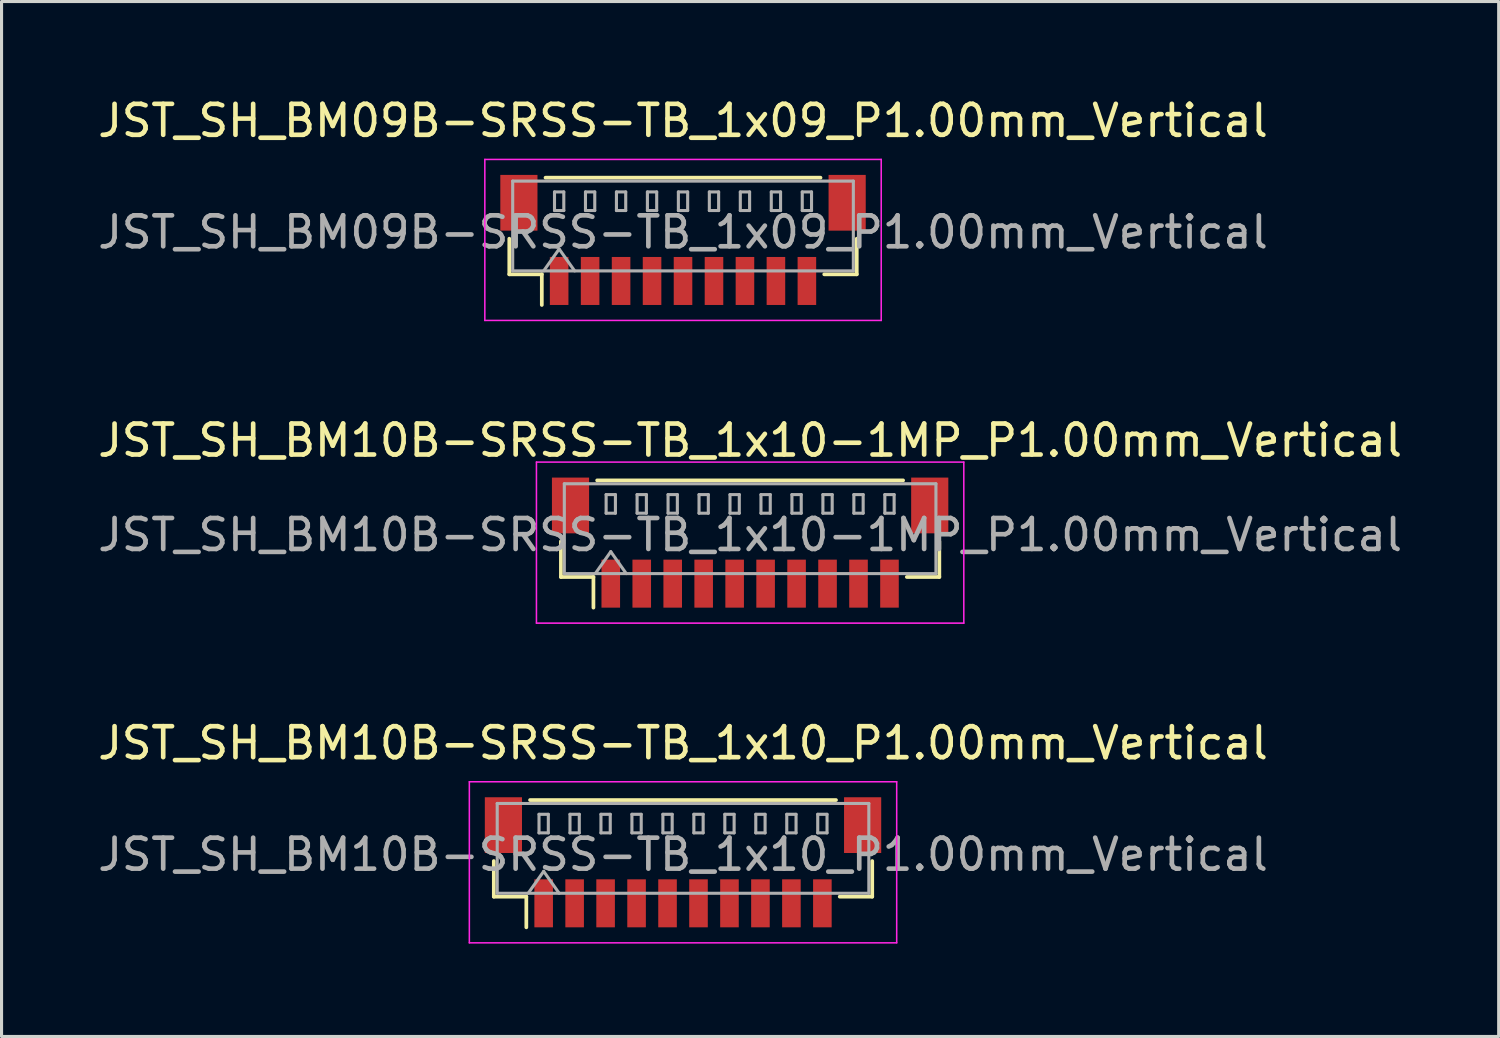
<source format=kicad_pcb>
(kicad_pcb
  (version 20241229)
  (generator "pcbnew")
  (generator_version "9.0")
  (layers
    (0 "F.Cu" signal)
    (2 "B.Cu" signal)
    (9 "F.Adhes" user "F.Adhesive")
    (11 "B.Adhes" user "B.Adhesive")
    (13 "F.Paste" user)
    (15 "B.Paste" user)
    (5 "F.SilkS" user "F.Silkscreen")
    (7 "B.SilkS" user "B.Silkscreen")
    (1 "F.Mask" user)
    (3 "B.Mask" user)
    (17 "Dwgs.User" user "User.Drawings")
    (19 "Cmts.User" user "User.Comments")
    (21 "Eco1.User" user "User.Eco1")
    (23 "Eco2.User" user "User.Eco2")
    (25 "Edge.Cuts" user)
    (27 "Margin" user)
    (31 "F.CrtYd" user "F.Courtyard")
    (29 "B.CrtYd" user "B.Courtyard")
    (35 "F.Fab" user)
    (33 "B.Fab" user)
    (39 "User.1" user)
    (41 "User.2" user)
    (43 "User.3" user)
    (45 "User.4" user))
  (footprint "JST_SH_BM09B-SRSS-TB_1x09_P1.00mm_Vertical"
    (layer "F.Cu")
    (at 19.006 4.698)
    (property "Reference" "JST_SH_BM09B-SRSS-TB_1x09_P1.00mm_Vertical" (at 0 -3.85 0) (layer "F.SilkS") (effects (font (size 1 1) (thickness 0.15))))
    (attr smd)
    (fp_line (start -5.61 -0.04) (end -5.61 1.11) (stroke (width 0.12) (type solid)) (layer "F.SilkS"))
    (fp_line (start -5.61 1.11) (end -4.56 1.11) (stroke (width 0.12) (type solid)) (layer "F.SilkS"))
    (fp_line (start -4.56 1.11) (end -4.56 2.1) (stroke (width 0.12) (type solid)) (layer "F.SilkS"))
    (fp_line (start -4.44 -2.01) (end 4.44 -2.01) (stroke (width 0.12) (type solid)) (layer "F.SilkS"))
    (fp_line (start 5.61 -0.04) (end 5.61 1.11) (stroke (width 0.12) (type solid)) (layer "F.SilkS"))
    (fp_line (start 5.61 1.11) (end 4.56 1.11) (stroke (width 0.12) (type solid)) (layer "F.SilkS"))
    (fp_line (start -6.4 -2.6) (end -6.4 2.6) (stroke (width 0.05) (type solid)) (layer "F.CrtYd"))
    (fp_line (start -6.4 2.6) (end 6.4 2.6) (stroke (width 0.05) (type solid)) (layer "F.CrtYd"))
    (fp_line (start 6.4 -2.6) (end -6.4 -2.6) (stroke (width 0.05) (type solid)) (layer "F.CrtYd"))
    (fp_line (start 6.4 2.6) (end 6.4 -2.6) (stroke (width 0.05) (type solid)) (layer "F.CrtYd"))
    (fp_line (start -5.5 -1.9) (end 5.5 -1.9) (stroke (width 0.1) (type solid)) (layer "F.Fab"))
    (fp_line (start -5.5 1) (end -5.5 -1.9) (stroke (width 0.1) (type solid)) (layer "F.Fab"))
    (fp_line (start -5.5 1) (end 5.5 1) (stroke (width 0.1) (type solid)) (layer "F.Fab"))
    (fp_line (start -4.5 1) (end -4 0.293) (stroke (width 0.1) (type solid)) (layer "F.Fab"))
    (fp_line (start -4.15 -1.55) (end -4.15 -0.95) (stroke (width 0.1) (type solid)) (layer "F.Fab"))
    (fp_line (start -4.15 -0.95) (end -3.85 -0.95) (stroke (width 0.1) (type solid)) (layer "F.Fab"))
    (fp_line (start -4 0.293) (end -3.5 1) (stroke (width 0.1) (type solid)) (layer "F.Fab"))
    (fp_line (start -3.85 -1.55) (end -4.15 -1.55) (stroke (width 0.1) (type solid)) (layer "F.Fab"))
    (fp_line (start -3.85 -0.95) (end -3.85 -1.55) (stroke (width 0.1) (type solid)) (layer "F.Fab"))
    (fp_line (start -3.15 -1.55) (end -3.15 -0.95) (stroke (width 0.1) (type solid)) (layer "F.Fab"))
    (fp_line (start -3.15 -0.95) (end -2.85 -0.95) (stroke (width 0.1) (type solid)) (layer "F.Fab"))
    (fp_line (start -2.85 -1.55) (end -3.15 -1.55) (stroke (width 0.1) (type solid)) (layer "F.Fab"))
    (fp_line (start -2.85 -0.95) (end -2.85 -1.55) (stroke (width 0.1) (type solid)) (layer "F.Fab"))
    (fp_line (start -2.15 -1.55) (end -2.15 -0.95) (stroke (width 0.1) (type solid)) (layer "F.Fab"))
    (fp_line (start -2.15 -0.95) (end -1.85 -0.95) (stroke (width 0.1) (type solid)) (layer "F.Fab"))
    (fp_line (start -1.85 -1.55) (end -2.15 -1.55) (stroke (width 0.1) (type solid)) (layer "F.Fab"))
    (fp_line (start -1.85 -0.95) (end -1.85 -1.55) (stroke (width 0.1) (type solid)) (layer "F.Fab"))
    (fp_line (start -1.15 -1.55) (end -1.15 -0.95) (stroke (width 0.1) (type solid)) (layer "F.Fab"))
    (fp_line (start -1.15 -0.95) (end -0.85 -0.95) (stroke (width 0.1) (type solid)) (layer "F.Fab"))
    (fp_line (start -0.85 -1.55) (end -1.15 -1.55) (stroke (width 0.1) (type solid)) (layer "F.Fab"))
    (fp_line (start -0.85 -0.95) (end -0.85 -1.55) (stroke (width 0.1) (type solid)) (layer "F.Fab"))
    (fp_line (start -0.15 -1.55) (end -0.15 -0.95) (stroke (width 0.1) (type solid)) (layer "F.Fab"))
    (fp_line (start -0.15 -0.95) (end 0.15 -0.95) (stroke (width 0.1) (type solid)) (layer "F.Fab"))
    (fp_line (start 0.15 -1.55) (end -0.15 -1.55) (stroke (width 0.1) (type solid)) (layer "F.Fab"))
    (fp_line (start 0.15 -0.95) (end 0.15 -1.55) (stroke (width 0.1) (type solid)) (layer "F.Fab"))
    (fp_line (start 0.85 -1.55) (end 0.85 -0.95) (stroke (width 0.1) (type solid)) (layer "F.Fab"))
    (fp_line (start 0.85 -0.95) (end 1.15 -0.95) (stroke (width 0.1) (type solid)) (layer "F.Fab"))
    (fp_line (start 1.15 -1.55) (end 0.85 -1.55) (stroke (width 0.1) (type solid)) (layer "F.Fab"))
    (fp_line (start 1.15 -0.95) (end 1.15 -1.55) (stroke (width 0.1) (type solid)) (layer "F.Fab"))
    (fp_line (start 1.85 -1.55) (end 1.85 -0.95) (stroke (width 0.1) (type solid)) (layer "F.Fab"))
    (fp_line (start 1.85 -0.95) (end 2.15 -0.95) (stroke (width 0.1) (type solid)) (layer "F.Fab"))
    (fp_line (start 2.15 -1.55) (end 1.85 -1.55) (stroke (width 0.1) (type solid)) (layer "F.Fab"))
    (fp_line (start 2.15 -0.95) (end 2.15 -1.55) (stroke (width 0.1) (type solid)) (layer "F.Fab"))
    (fp_line (start 2.85 -1.55) (end 2.85 -0.95) (stroke (width 0.1) (type solid)) (layer "F.Fab"))
    (fp_line (start 2.85 -0.95) (end 3.15 -0.95) (stroke (width 0.1) (type solid)) (layer "F.Fab"))
    (fp_line (start 3.15 -1.55) (end 2.85 -1.55) (stroke (width 0.1) (type solid)) (layer "F.Fab"))
    (fp_line (start 3.15 -0.95) (end 3.15 -1.55) (stroke (width 0.1) (type solid)) (layer "F.Fab"))
    (fp_line (start 3.85 -1.55) (end 3.85 -0.95) (stroke (width 0.1) (type solid)) (layer "F.Fab"))
    (fp_line (start 3.85 -0.95) (end 4.15 -0.95) (stroke (width 0.1) (type solid)) (layer "F.Fab"))
    (fp_line (start 4.15 -1.55) (end 3.85 -1.55) (stroke (width 0.1) (type solid)) (layer "F.Fab"))
    (fp_line (start 4.15 -0.95) (end 4.15 -1.55) (stroke (width 0.1) (type solid)) (layer "F.Fab"))
    (fp_line (start 5.5 1) (end 5.5 -1.9) (stroke (width 0.1) (type solid)) (layer "F.Fab"))
    (fp_text user "${REFERENCE}" (at 0 -0.25 0) (layer "F.Fab") (effects (font (size 1 1) (thickness 0.15))))
    (pad "" smd rect (at -5.3 -1.2) (size 1.2 1.8) (layers "F.Cu" "F.Mask" "F.Paste"))
    (pad "" smd rect (at 5.3 -1.2) (size 1.2 1.8) (layers "F.Cu" "F.Mask" "F.Paste"))
    (pad "1" smd rect (at -4 1.325) (size 0.6 1.55) (layers "F.Cu" "F.Mask" "F.Paste"))
    (pad "2" smd rect (at -3 1.325) (size 0.6 1.55) (layers "F.Cu" "F.Mask" "F.Paste"))
    (pad "3" smd rect (at -2 1.325) (size 0.6 1.55) (layers "F.Cu" "F.Mask" "F.Paste"))
    (pad "4" smd rect (at -1 1.325) (size 0.6 1.55) (layers "F.Cu" "F.Mask" "F.Paste"))
    (pad "5" smd rect (at 0 1.325) (size 0.6 1.55) (layers "F.Cu" "F.Mask" "F.Paste"))
    (pad "6" smd rect (at 1 1.325) (size 0.6 1.55) (layers "F.Cu" "F.Mask" "F.Paste"))
    (pad "7" smd rect (at 2 1.325) (size 0.6 1.55) (layers "F.Cu" "F.Mask" "F.Paste"))
    (pad "8" smd rect (at 3 1.325) (size 0.6 1.55) (layers "F.Cu" "F.Mask" "F.Paste"))
    (pad "9" smd rect (at 4 1.325) (size 0.6 1.55) (layers "F.Cu" "F.Mask" "F.Paste")))
  (footprint "JST_SH_BM10B-SRSS-TB_1x10-1MP_P1.00mm_Vertical"
    (layer "F.Cu")
    (at 21.173 14.472)
    (property "Reference" "JST_SH_BM10B-SRSS-TB_1x10-1MP_P1.00mm_Vertical" (at 0 -3.3 0) (layer "F.SilkS") (effects (font (size 1 1) (thickness 0.15))))
    (attr smd)
    (fp_line (start -6.11 -0.04) (end -6.11 1.11) (stroke (width 0.12) (type solid)) (layer "F.SilkS"))
    (fp_line (start -6.11 1.11) (end -5.06 1.11) (stroke (width 0.12) (type solid)) (layer "F.SilkS"))
    (fp_line (start -5.06 1.11) (end -5.06 2.1) (stroke (width 0.12) (type solid)) (layer "F.SilkS"))
    (fp_line (start -4.94 -2.01) (end 4.94 -2.01) (stroke (width 0.12) (type solid)) (layer "F.SilkS"))
    (fp_line (start 6.11 -0.04) (end 6.11 1.11) (stroke (width 0.12) (type solid)) (layer "F.SilkS"))
    (fp_line (start 6.11 1.11) (end 5.06 1.11) (stroke (width 0.12) (type solid)) (layer "F.SilkS"))
    (fp_line (start -6.9 -2.6) (end -6.9 2.6) (stroke (width 0.05) (type solid)) (layer "F.CrtYd"))
    (fp_line (start -6.9 2.6) (end 6.9 2.6) (stroke (width 0.05) (type solid)) (layer "F.CrtYd"))
    (fp_line (start 6.9 -2.6) (end -6.9 -2.6) (stroke (width 0.05) (type solid)) (layer "F.CrtYd"))
    (fp_line (start 6.9 2.6) (end 6.9 -2.6) (stroke (width 0.05) (type solid)) (layer "F.CrtYd"))
    (fp_line (start -6 -1.9) (end 6 -1.9) (stroke (width 0.1) (type solid)) (layer "F.Fab"))
    (fp_line (start -6 1) (end -6 -1.9) (stroke (width 0.1) (type solid)) (layer "F.Fab"))
    (fp_line (start -6 1) (end 6 1) (stroke (width 0.1) (type solid)) (layer "F.Fab"))
    (fp_line (start -5 1) (end -4.5 0.293) (stroke (width 0.1) (type solid)) (layer "F.Fab"))
    (fp_line (start -4.65 -1.55) (end -4.65 -0.95) (stroke (width 0.1) (type solid)) (layer "F.Fab"))
    (fp_line (start -4.65 -0.95) (end -4.35 -0.95) (stroke (width 0.1) (type solid)) (layer "F.Fab"))
    (fp_line (start -4.5 0.293) (end -4 1) (stroke (width 0.1) (type solid)) (layer "F.Fab"))
    (fp_line (start -4.35 -1.55) (end -4.65 -1.55) (stroke (width 0.1) (type solid)) (layer "F.Fab"))
    (fp_line (start -4.35 -0.95) (end -4.35 -1.55) (stroke (width 0.1) (type solid)) (layer "F.Fab"))
    (fp_line (start -3.65 -1.55) (end -3.65 -0.95) (stroke (width 0.1) (type solid)) (layer "F.Fab"))
    (fp_line (start -3.65 -0.95) (end -3.35 -0.95) (stroke (width 0.1) (type solid)) (layer "F.Fab"))
    (fp_line (start -3.35 -1.55) (end -3.65 -1.55) (stroke (width 0.1) (type solid)) (layer "F.Fab"))
    (fp_line (start -3.35 -0.95) (end -3.35 -1.55) (stroke (width 0.1) (type solid)) (layer "F.Fab"))
    (fp_line (start -2.65 -1.55) (end -2.65 -0.95) (stroke (width 0.1) (type solid)) (layer "F.Fab"))
    (fp_line (start -2.65 -0.95) (end -2.35 -0.95) (stroke (width 0.1) (type solid)) (layer "F.Fab"))
    (fp_line (start -2.35 -1.55) (end -2.65 -1.55) (stroke (width 0.1) (type solid)) (layer "F.Fab"))
    (fp_line (start -2.35 -0.95) (end -2.35 -1.55) (stroke (width 0.1) (type solid)) (layer "F.Fab"))
    (fp_line (start -1.65 -1.55) (end -1.65 -0.95) (stroke (width 0.1) (type solid)) (layer "F.Fab"))
    (fp_line (start -1.65 -0.95) (end -1.35 -0.95) (stroke (width 0.1) (type solid)) (layer "F.Fab"))
    (fp_line (start -1.35 -1.55) (end -1.65 -1.55) (stroke (width 0.1) (type solid)) (layer "F.Fab"))
    (fp_line (start -1.35 -0.95) (end -1.35 -1.55) (stroke (width 0.1) (type solid)) (layer "F.Fab"))
    (fp_line (start -0.65 -1.55) (end -0.65 -0.95) (stroke (width 0.1) (type solid)) (layer "F.Fab"))
    (fp_line (start -0.65 -0.95) (end -0.35 -0.95) (stroke (width 0.1) (type solid)) (layer "F.Fab"))
    (fp_line (start -0.35 -1.55) (end -0.65 -1.55) (stroke (width 0.1) (type solid)) (layer "F.Fab"))
    (fp_line (start -0.35 -0.95) (end -0.35 -1.55) (stroke (width 0.1) (type solid)) (layer "F.Fab"))
    (fp_line (start 0.35 -1.55) (end 0.35 -0.95) (stroke (width 0.1) (type solid)) (layer "F.Fab"))
    (fp_line (start 0.35 -0.95) (end 0.65 -0.95) (stroke (width 0.1) (type solid)) (layer "F.Fab"))
    (fp_line (start 0.65 -1.55) (end 0.35 -1.55) (stroke (width 0.1) (type solid)) (layer "F.Fab"))
    (fp_line (start 0.65 -0.95) (end 0.65 -1.55) (stroke (width 0.1) (type solid)) (layer "F.Fab"))
    (fp_line (start 1.35 -1.55) (end 1.35 -0.95) (stroke (width 0.1) (type solid)) (layer "F.Fab"))
    (fp_line (start 1.35 -0.95) (end 1.65 -0.95) (stroke (width 0.1) (type solid)) (layer "F.Fab"))
    (fp_line (start 1.65 -1.55) (end 1.35 -1.55) (stroke (width 0.1) (type solid)) (layer "F.Fab"))
    (fp_line (start 1.65 -0.95) (end 1.65 -1.55) (stroke (width 0.1) (type solid)) (layer "F.Fab"))
    (fp_line (start 2.35 -1.55) (end 2.35 -0.95) (stroke (width 0.1) (type solid)) (layer "F.Fab"))
    (fp_line (start 2.35 -0.95) (end 2.65 -0.95) (stroke (width 0.1) (type solid)) (layer "F.Fab"))
    (fp_line (start 2.65 -1.55) (end 2.35 -1.55) (stroke (width 0.1) (type solid)) (layer "F.Fab"))
    (fp_line (start 2.65 -0.95) (end 2.65 -1.55) (stroke (width 0.1) (type solid)) (layer "F.Fab"))
    (fp_line (start 3.35 -1.55) (end 3.35 -0.95) (stroke (width 0.1) (type solid)) (layer "F.Fab"))
    (fp_line (start 3.35 -0.95) (end 3.65 -0.95) (stroke (width 0.1) (type solid)) (layer "F.Fab"))
    (fp_line (start 3.65 -1.55) (end 3.35 -1.55) (stroke (width 0.1) (type solid)) (layer "F.Fab"))
    (fp_line (start 3.65 -0.95) (end 3.65 -1.55) (stroke (width 0.1) (type solid)) (layer "F.Fab"))
    (fp_line (start 4.35 -1.55) (end 4.35 -0.95) (stroke (width 0.1) (type solid)) (layer "F.Fab"))
    (fp_line (start 4.35 -0.95) (end 4.65 -0.95) (stroke (width 0.1) (type solid)) (layer "F.Fab"))
    (fp_line (start 4.65 -1.55) (end 4.35 -1.55) (stroke (width 0.1) (type solid)) (layer "F.Fab"))
    (fp_line (start 4.65 -0.95) (end 4.65 -1.55) (stroke (width 0.1) (type solid)) (layer "F.Fab"))
    (fp_line (start 6 1) (end 6 -1.9) (stroke (width 0.1) (type solid)) (layer "F.Fab"))
    (fp_text user "${REFERENCE}" (at 0 -0.25 0) (layer "F.Fab") (effects (font (size 1 1) (thickness 0.15))))
    (pad "1" smd rect (at -4.5 1.325) (size 0.6 1.55) (layers "F.Cu" "F.Mask" "F.Paste"))
    (pad "2" smd rect (at -3.5 1.325) (size 0.6 1.55) (layers "F.Cu" "F.Mask" "F.Paste"))
    (pad "3" smd rect (at -2.5 1.325) (size 0.6 1.55) (layers "F.Cu" "F.Mask" "F.Paste"))
    (pad "4" smd rect (at -1.5 1.325) (size 0.6 1.55) (layers "F.Cu" "F.Mask" "F.Paste"))
    (pad "5" smd rect (at -0.5 1.325) (size 0.6 1.55) (layers "F.Cu" "F.Mask" "F.Paste"))
    (pad "6" smd rect (at 0.5 1.325) (size 0.6 1.55) (layers "F.Cu" "F.Mask" "F.Paste"))
    (pad "7" smd rect (at 1.5 1.325) (size 0.6 1.55) (layers "F.Cu" "F.Mask" "F.Paste"))
    (pad "8" smd rect (at 2.5 1.325) (size 0.6 1.55) (layers "F.Cu" "F.Mask" "F.Paste"))
    (pad "9" smd rect (at 3.5 1.325) (size 0.6 1.55) (layers "F.Cu" "F.Mask" "F.Paste"))
    (pad "10" smd rect (at 4.5 1.325) (size 0.6 1.55) (layers "F.Cu" "F.Mask" "F.Paste"))
    (pad "MP" smd rect (at -5.8 -1.2) (size 1.2 1.8) (layers "F.Cu" "F.Mask" "F.Paste"))
    (pad "MP" smd rect (at 5.8 -1.2) (size 1.2 1.8) (layers "F.Cu" "F.Mask" "F.Paste")))
  (footprint "JST_SH_BM10B-SRSS-TB_1x10_P1.00mm_Vertical"
    (layer "F.Cu")
    (at 19.006 24.795)
    (property "Reference" "JST_SH_BM10B-SRSS-TB_1x10_P1.00mm_Vertical" (at 0 -3.85 0) (layer "F.SilkS") (effects (font (size 1 1) (thickness 0.15))))
    (attr smd)
    (fp_line (start -6.11 -0.04) (end -6.11 1.11) (stroke (width 0.12) (type solid)) (layer "F.SilkS"))
    (fp_line (start -6.11 1.11) (end -5.06 1.11) (stroke (width 0.12) (type solid)) (layer "F.SilkS"))
    (fp_line (start -5.06 1.11) (end -5.06 2.1) (stroke (width 0.12) (type solid)) (layer "F.SilkS"))
    (fp_line (start -4.94 -2.01) (end 4.94 -2.01) (stroke (width 0.12) (type solid)) (layer "F.SilkS"))
    (fp_line (start 6.11 -0.04) (end 6.11 1.11) (stroke (width 0.12) (type solid)) (layer "F.SilkS"))
    (fp_line (start 6.11 1.11) (end 5.06 1.11) (stroke (width 0.12) (type solid)) (layer "F.SilkS"))
    (fp_line (start -6.9 -2.6) (end -6.9 2.6) (stroke (width 0.05) (type solid)) (layer "F.CrtYd"))
    (fp_line (start -6.9 2.6) (end 6.9 2.6) (stroke (width 0.05) (type solid)) (layer "F.CrtYd"))
    (fp_line (start 6.9 -2.6) (end -6.9 -2.6) (stroke (width 0.05) (type solid)) (layer "F.CrtYd"))
    (fp_line (start 6.9 2.6) (end 6.9 -2.6) (stroke (width 0.05) (type solid)) (layer "F.CrtYd"))
    (fp_line (start -6 -1.9) (end 6 -1.9) (stroke (width 0.1) (type solid)) (layer "F.Fab"))
    (fp_line (start -6 1) (end -6 -1.9) (stroke (width 0.1) (type solid)) (layer "F.Fab"))
    (fp_line (start -6 1) (end 6 1) (stroke (width 0.1) (type solid)) (layer "F.Fab"))
    (fp_line (start -5 1) (end -4.5 0.293) (stroke (width 0.1) (type solid)) (layer "F.Fab"))
    (fp_line (start -4.65 -1.55) (end -4.65 -0.95) (stroke (width 0.1) (type solid)) (layer "F.Fab"))
    (fp_line (start -4.65 -0.95) (end -4.35 -0.95) (stroke (width 0.1) (type solid)) (layer "F.Fab"))
    (fp_line (start -4.5 0.293) (end -4 1) (stroke (width 0.1) (type solid)) (layer "F.Fab"))
    (fp_line (start -4.35 -1.55) (end -4.65 -1.55) (stroke (width 0.1) (type solid)) (layer "F.Fab"))
    (fp_line (start -4.35 -0.95) (end -4.35 -1.55) (stroke (width 0.1) (type solid)) (layer "F.Fab"))
    (fp_line (start -3.65 -1.55) (end -3.65 -0.95) (stroke (width 0.1) (type solid)) (layer "F.Fab"))
    (fp_line (start -3.65 -0.95) (end -3.35 -0.95) (stroke (width 0.1) (type solid)) (layer "F.Fab"))
    (fp_line (start -3.35 -1.55) (end -3.65 -1.55) (stroke (width 0.1) (type solid)) (layer "F.Fab"))
    (fp_line (start -3.35 -0.95) (end -3.35 -1.55) (stroke (width 0.1) (type solid)) (layer "F.Fab"))
    (fp_line (start -2.65 -1.55) (end -2.65 -0.95) (stroke (width 0.1) (type solid)) (layer "F.Fab"))
    (fp_line (start -2.65 -0.95) (end -2.35 -0.95) (stroke (width 0.1) (type solid)) (layer "F.Fab"))
    (fp_line (start -2.35 -1.55) (end -2.65 -1.55) (stroke (width 0.1) (type solid)) (layer "F.Fab"))
    (fp_line (start -2.35 -0.95) (end -2.35 -1.55) (stroke (width 0.1) (type solid)) (layer "F.Fab"))
    (fp_line (start -1.65 -1.55) (end -1.65 -0.95) (stroke (width 0.1) (type solid)) (layer "F.Fab"))
    (fp_line (start -1.65 -0.95) (end -1.35 -0.95) (stroke (width 0.1) (type solid)) (layer "F.Fab"))
    (fp_line (start -1.35 -1.55) (end -1.65 -1.55) (stroke (width 0.1) (type solid)) (layer "F.Fab"))
    (fp_line (start -1.35 -0.95) (end -1.35 -1.55) (stroke (width 0.1) (type solid)) (layer "F.Fab"))
    (fp_line (start -0.65 -1.55) (end -0.65 -0.95) (stroke (width 0.1) (type solid)) (layer "F.Fab"))
    (fp_line (start -0.65 -0.95) (end -0.35 -0.95) (stroke (width 0.1) (type solid)) (layer "F.Fab"))
    (fp_line (start -0.35 -1.55) (end -0.65 -1.55) (stroke (width 0.1) (type solid)) (layer "F.Fab"))
    (fp_line (start -0.35 -0.95) (end -0.35 -1.55) (stroke (width 0.1) (type solid)) (layer "F.Fab"))
    (fp_line (start 0.35 -1.55) (end 0.35 -0.95) (stroke (width 0.1) (type solid)) (layer "F.Fab"))
    (fp_line (start 0.35 -0.95) (end 0.65 -0.95) (stroke (width 0.1) (type solid)) (layer "F.Fab"))
    (fp_line (start 0.65 -1.55) (end 0.35 -1.55) (stroke (width 0.1) (type solid)) (layer "F.Fab"))
    (fp_line (start 0.65 -0.95) (end 0.65 -1.55) (stroke (width 0.1) (type solid)) (layer "F.Fab"))
    (fp_line (start 1.35 -1.55) (end 1.35 -0.95) (stroke (width 0.1) (type solid)) (layer "F.Fab"))
    (fp_line (start 1.35 -0.95) (end 1.65 -0.95) (stroke (width 0.1) (type solid)) (layer "F.Fab"))
    (fp_line (start 1.65 -1.55) (end 1.35 -1.55) (stroke (width 0.1) (type solid)) (layer "F.Fab"))
    (fp_line (start 1.65 -0.95) (end 1.65 -1.55) (stroke (width 0.1) (type solid)) (layer "F.Fab"))
    (fp_line (start 2.35 -1.55) (end 2.35 -0.95) (stroke (width 0.1) (type solid)) (layer "F.Fab"))
    (fp_line (start 2.35 -0.95) (end 2.65 -0.95) (stroke (width 0.1) (type solid)) (layer "F.Fab"))
    (fp_line (start 2.65 -1.55) (end 2.35 -1.55) (stroke (width 0.1) (type solid)) (layer "F.Fab"))
    (fp_line (start 2.65 -0.95) (end 2.65 -1.55) (stroke (width 0.1) (type solid)) (layer "F.Fab"))
    (fp_line (start 3.35 -1.55) (end 3.35 -0.95) (stroke (width 0.1) (type solid)) (layer "F.Fab"))
    (fp_line (start 3.35 -0.95) (end 3.65 -0.95) (stroke (width 0.1) (type solid)) (layer "F.Fab"))
    (fp_line (start 3.65 -1.55) (end 3.35 -1.55) (stroke (width 0.1) (type solid)) (layer "F.Fab"))
    (fp_line (start 3.65 -0.95) (end 3.65 -1.55) (stroke (width 0.1) (type solid)) (layer "F.Fab"))
    (fp_line (start 4.35 -1.55) (end 4.35 -0.95) (stroke (width 0.1) (type solid)) (layer "F.Fab"))
    (fp_line (start 4.35 -0.95) (end 4.65 -0.95) (stroke (width 0.1) (type solid)) (layer "F.Fab"))
    (fp_line (start 4.65 -1.55) (end 4.35 -1.55) (stroke (width 0.1) (type solid)) (layer "F.Fab"))
    (fp_line (start 4.65 -0.95) (end 4.65 -1.55) (stroke (width 0.1) (type solid)) (layer "F.Fab"))
    (fp_line (start 6 1) (end 6 -1.9) (stroke (width 0.1) (type solid)) (layer "F.Fab"))
    (fp_text user "${REFERENCE}" (at 0 -0.25 0) (layer "F.Fab") (effects (font (size 1 1) (thickness 0.15))))
    (pad "" smd rect (at -5.8 -1.2) (size 1.2 1.8) (layers "F.Cu" "F.Mask" "F.Paste"))
    (pad "" smd rect (at 5.8 -1.2) (size 1.2 1.8) (layers "F.Cu" "F.Mask" "F.Paste"))
    (pad "1" smd rect (at -4.5 1.325) (size 0.6 1.55) (layers "F.Cu" "F.Mask" "F.Paste"))
    (pad "2" smd rect (at -3.5 1.325) (size 0.6 1.55) (layers "F.Cu" "F.Mask" "F.Paste"))
    (pad "3" smd rect (at -2.5 1.325) (size 0.6 1.55) (layers "F.Cu" "F.Mask" "F.Paste"))
    (pad "4" smd rect (at -1.5 1.325) (size 0.6 1.55) (layers "F.Cu" "F.Mask" "F.Paste"))
    (pad "5" smd rect (at -0.5 1.325) (size 0.6 1.55) (layers "F.Cu" "F.Mask" "F.Paste"))
    (pad "6" smd rect (at 0.5 1.325) (size 0.6 1.55) (layers "F.Cu" "F.Mask" "F.Paste"))
    (pad "7" smd rect (at 1.5 1.325) (size 0.6 1.55) (layers "F.Cu" "F.Mask" "F.Paste"))
    (pad "8" smd rect (at 2.5 1.325) (size 0.6 1.55) (layers "F.Cu" "F.Mask" "F.Paste"))
    (pad "9" smd rect (at 3.5 1.325) (size 0.6 1.55) (layers "F.Cu" "F.Mask" "F.Paste"))
    (pad "10" smd rect (at 4.5 1.325) (size 0.6 1.55) (layers "F.Cu" "F.Mask" "F.Paste")))
  (gr_rect
    (start -3 -3)
    (end 45.345 30.42)
    (stroke (width 0.1) (type default))
    (fill no)
    (layer "Edge.Cuts")))
</source>
